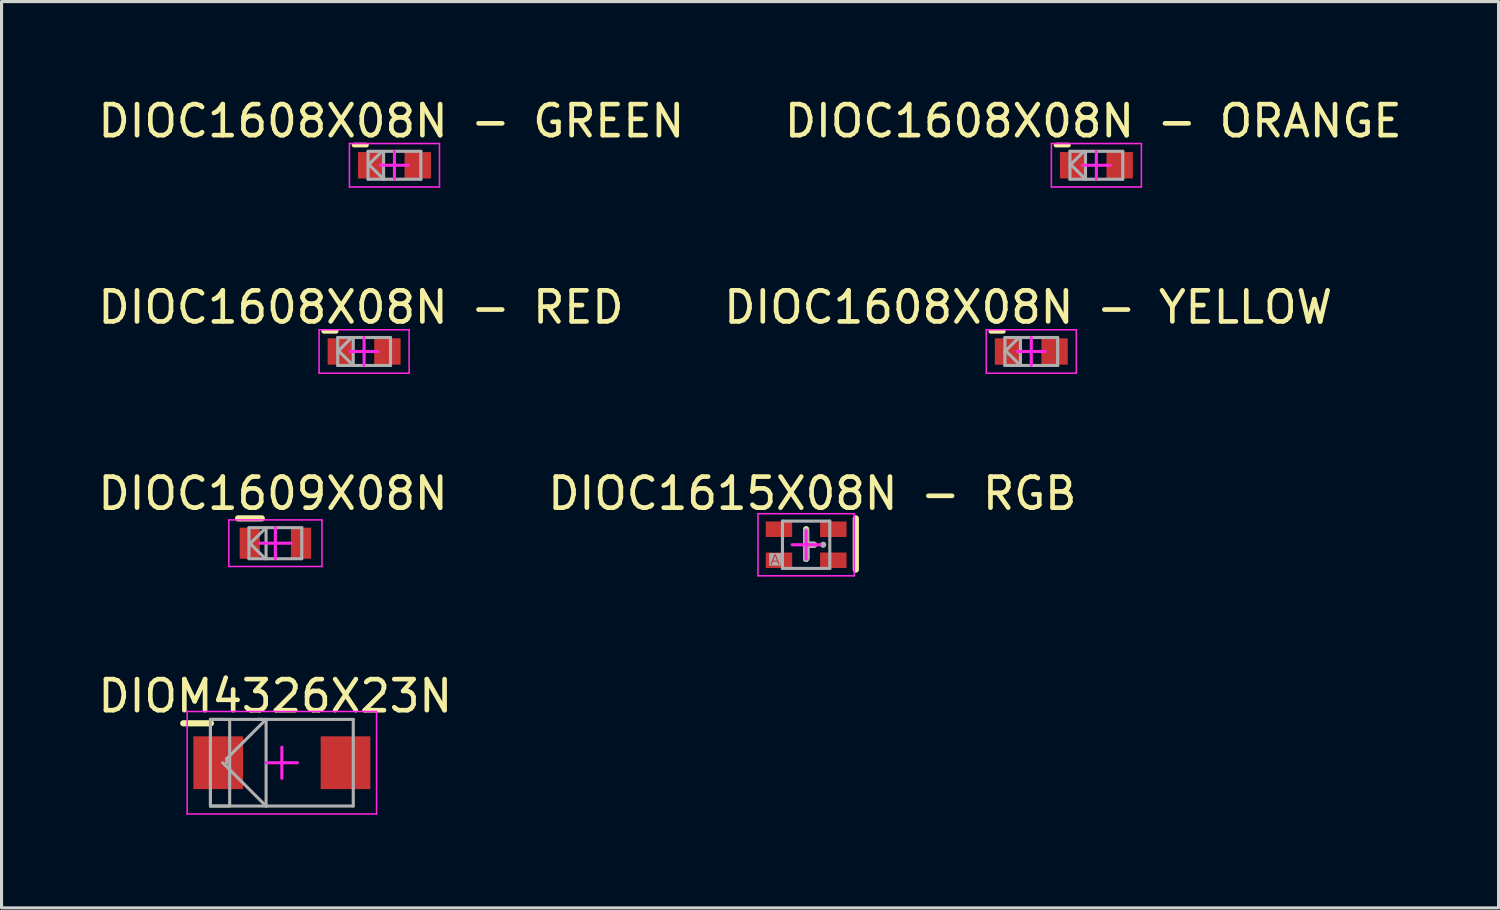
<source format=kicad_pcb>
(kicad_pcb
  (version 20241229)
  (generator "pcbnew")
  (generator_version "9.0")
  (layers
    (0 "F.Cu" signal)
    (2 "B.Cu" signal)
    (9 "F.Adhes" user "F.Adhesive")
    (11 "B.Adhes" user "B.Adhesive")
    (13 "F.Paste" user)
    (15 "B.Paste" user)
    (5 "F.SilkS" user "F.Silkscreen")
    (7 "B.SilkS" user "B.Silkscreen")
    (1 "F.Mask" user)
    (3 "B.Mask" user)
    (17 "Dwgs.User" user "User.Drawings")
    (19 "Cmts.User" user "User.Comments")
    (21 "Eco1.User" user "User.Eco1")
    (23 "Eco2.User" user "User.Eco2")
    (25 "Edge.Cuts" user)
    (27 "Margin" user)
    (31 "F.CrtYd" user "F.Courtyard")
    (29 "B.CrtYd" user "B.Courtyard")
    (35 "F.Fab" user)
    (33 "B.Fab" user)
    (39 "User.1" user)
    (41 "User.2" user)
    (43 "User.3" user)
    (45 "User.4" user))
  (footprint "DIOC1609X08N"
    (layer "F.Cu")
    (at 5.819 14.445)
    (property "Reference" "DIOC1609X08N" (at -0.075 -1.6 0) (layer "F.SilkS") (effects (font (size 1 1) (thickness 0.15))))
    (fp_line (start -1.2 -0.8) (end -0.438 -0.8) (stroke (width 0.2) (type solid)) (layer "F.SilkS"))
    (fp_line (start -1.5 -0.75) (end 1.5 -0.75) (stroke (width 0.05) (type solid)) (layer "F.CrtYd"))
    (fp_line (start -1.5 0.75) (end -1.5 -0.75) (stroke (width 0.05) (type solid)) (layer "F.CrtYd"))
    (fp_line (start -1.5 0.75) (end 1.5 0.75) (stroke (width 0.05) (type solid)) (layer "F.CrtYd"))
    (fp_line (start -0.5 0) (end 0.5 0) (stroke (width 0.1) (type solid)) (layer "F.CrtYd"))
    (fp_line (start 0 0.5) (end 0 -0.5) (stroke (width 0.1) (type solid)) (layer "F.CrtYd"))
    (fp_line (start 1.5 0.75) (end 1.5 -0.75) (stroke (width 0.05) (type solid)) (layer "F.CrtYd"))
    (fp_line (start -0.85 -0.5) (end 0.85 -0.5) (stroke (width 0.1) (type solid)) (layer "F.Fab"))
    (fp_line (start -0.85 0.5) (end -0.85 -0.5) (stroke (width 0.1) (type solid)) (layer "F.Fab"))
    (fp_line (start -0.85 0.5) (end 0.85 0.5) (stroke (width 0.1) (type solid)) (layer "F.Fab"))
    (fp_line (start -0.825 0) (end -0.325 0.5) (stroke (width 0.1) (type solid)) (layer "F.Fab"))
    (fp_line (start -0.8 0) (end -0.3 -0.5) (stroke (width 0.1) (type solid)) (layer "F.Fab"))
    (fp_line (start -0.3 0.5) (end -0.3 -0.5) (stroke (width 0.1) (type solid)) (layer "F.Fab"))
    (fp_line (start 0.85 0.5) (end 0.85 -0.5) (stroke (width 0.1) (type solid)) (layer "F.Fab"))
    (pad "A" smd rect (at 0.825 0 90) (size 1 0.65) (layers "F.Cu" "F.Mask" "F.Paste"))
    (pad "K" smd rect (at -0.825 0 90) (size 1 0.65) (layers "F.Cu" "F.Mask" "F.Paste")))
  (footprint "DIOC1615X08N - RGB"
    (layer "F.Cu")
    (at 22.913 14.495)
    (property "Reference" "DIOC1615X08N - RGB" (at 0.2 -1.65 0) (layer "F.SilkS") (effects (font (size 1 1) (thickness 0.15))))
    (fp_line (start 0 0) (end 0.25 0) (stroke (width 0.2) (type solid)) (layer "F.SilkS"))
    (fp_line (start 0 0.45) (end 0 -0.5) (stroke (width 0.2) (type solid)) (layer "F.SilkS"))
    (fp_line (start 0 0.45) (end 0 0) (stroke (width 0.2) (type solid)) (layer "F.SilkS"))
    (fp_line (start 1.6 0.8) (end 1.6 -0.85) (stroke (width 0.2) (type solid)) (layer "F.SilkS"))
    (fp_line (start -1.55 -1) (end 1.55 -1) (stroke (width 0.05) (type solid)) (layer "F.CrtYd"))
    (fp_line (start -1.55 1) (end -1.55 -1) (stroke (width 0.05) (type solid)) (layer "F.CrtYd"))
    (fp_line (start -1.55 1) (end 1.55 1) (stroke (width 0.05) (type solid)) (layer "F.CrtYd"))
    (fp_line (start -0.45 0) (end 0.45 0) (stroke (width 0.1) (type solid)) (layer "F.CrtYd"))
    (fp_line (start 0 0.45) (end 0 -0.45) (stroke (width 0.1) (type solid)) (layer "F.CrtYd"))
    (fp_line (start 1.55 1) (end 1.55 -1) (stroke (width 0.05) (type solid)) (layer "F.CrtYd"))
    (fp_line (start -0.762 -0.762) (end 0.762 -0.762) (stroke (width 0.1) (type solid)) (layer "F.Fab"))
    (fp_line (start -0.762 0.762) (end -0.762 -0.762) (stroke (width 0.1) (type solid)) (layer "F.Fab"))
    (fp_line (start -0.762 0.762) (end 0.762 0.762) (stroke (width 0.1) (type solid)) (layer "F.Fab"))
    (fp_line (start 0 0) (end 0.25 0) (stroke (width 0.2) (type solid)) (layer "F.Fab"))
    (fp_line (start 0 0.45) (end 0 -0.45) (stroke (width 0.2) (type solid)) (layer "F.Fab"))
    (fp_line (start 0 0.45) (end 0 0) (stroke (width 0.2) (type solid)) (layer "F.Fab"))
    (fp_line (start 0.762 0.762) (end 0.762 -0.762) (stroke (width 0.1) (type solid)) (layer "F.Fab"))
    (fp_circle (center 0.55 0) (end 0.55 -0.05) (stroke (width 0.1) (type solid)) (fill no) (layer "F.Fab"))
    (fp_text user "A" (at -1 0.5 0) (unlocked yes) (layer "F.Fab" knockout) (effects (font (face "Arial") (size 0.315 0.315) (thickness 0.254))))
    (pad "1" smd rect (at -0.875 -0.5 90) (size 0.5 0.85) (layers "F.Cu" "F.Mask" "F.Paste"))
    (pad "2" smd rect (at 0.875 -0.5 90) (size 0.5 0.85) (layers "F.Cu" "F.Mask" "F.Paste"))
    (pad "3" smd rect (at -0.875 0.5 90) (size 0.5 0.85) (layers "F.Cu" "F.Mask" "F.Paste"))
    (pad "4" smd rect (at 0.875 0.5 90) (size 0.5 0.85) (layers "F.Cu" "F.Mask" "F.Paste")))
  (footprint "DIOC1608X08N - YELLOW"
    (layer "F.Cu")
    (at 30.165 8.271)
    (property "Reference" "DIOC1608X08N - YELLOW" (at -0.1 -1.425 0) (layer "F.SilkS") (effects (font (size 1 1) (thickness 0.15))))
    (fp_line (start -1.3 -0.65) (end -0.9 -0.65) (stroke (width 0.15) (type solid)) (layer "F.SilkS"))
    (fp_line (start -1.45 -0.7) (end 1.45 -0.7) (stroke (width 0.05) (type solid)) (layer "F.CrtYd"))
    (fp_line (start -1.45 0.7) (end -1.45 -0.7) (stroke (width 0.05) (type solid)) (layer "F.CrtYd"))
    (fp_line (start -1.45 0.7) (end 1.45 0.7) (stroke (width 0.05) (type solid)) (layer "F.CrtYd"))
    (fp_line (start -0.45 0) (end 0.45 0) (stroke (width 0.1) (type solid)) (layer "F.CrtYd"))
    (fp_line (start 0 0.45) (end 0 -0.45) (stroke (width 0.1) (type solid)) (layer "F.CrtYd"))
    (fp_line (start 1.45 0.7) (end 1.45 -0.7) (stroke (width 0.05) (type solid)) (layer "F.CrtYd"))
    (fp_line (start -0.85 -0.45) (end 0.85 -0.45) (stroke (width 0.1) (type solid)) (layer "F.Fab"))
    (fp_line (start -0.85 0) (end -0.4 -0.45) (stroke (width 0.1) (type solid)) (layer "F.Fab"))
    (fp_line (start -0.85 0.45) (end -0.85 -0.45) (stroke (width 0.1) (type solid)) (layer "F.Fab"))
    (fp_line (start -0.85 0.45) (end 0.85 0.45) (stroke (width 0.1) (type solid)) (layer "F.Fab"))
    (fp_line (start -0.8 0) (end -0.35 0.45) (stroke (width 0.1) (type solid)) (layer "F.Fab"))
    (fp_line (start -0.35 0.45) (end -0.35 -0.4) (stroke (width 0.1) (type solid)) (layer "F.Fab"))
    (fp_line (start 0.85 0.45) (end 0.85 -0.45) (stroke (width 0.1) (type solid)) (layer "F.Fab"))
    (pad "A" smd rect (at 0.75 0 90) (size 0.85 0.85) (layers "F.Cu" "F.Mask" "F.Paste"))
    (pad "K" smd rect (at -0.75 0 90) (size 0.85 0.85) (layers "F.Cu" "F.Mask" "F.Paste")))
  (footprint "DIOM4326X23N"
    (layer "F.Cu")
    (at 6.028 21.515)
    (property "Reference" "DIOM4326X23N" (at -0.212 -2.147 0) (layer "F.SilkS") (effects (font (size 1 1) (thickness 0.15))))
    (fp_line (start -3.175 -1.27) (end -2.286 -1.27) (stroke (width 0.2) (type solid)) (layer "F.SilkS"))
    (fp_line (start -3.05 -1.65) (end 3.05 -1.65) (stroke (width 0.05) (type solid)) (layer "F.CrtYd"))
    (fp_line (start -3.05 1.65) (end -3.05 -1.65) (stroke (width 0.05) (type solid)) (layer "F.CrtYd"))
    (fp_line (start -3.05 1.65) (end 3.05 1.65) (stroke (width 0.05) (type solid)) (layer "F.CrtYd"))
    (fp_line (start -0.5 0) (end 0.5 0) (stroke (width 0.1) (type solid)) (layer "F.CrtYd"))
    (fp_line (start 0 0.5) (end 0 -0.5) (stroke (width 0.1) (type solid)) (layer "F.CrtYd"))
    (fp_line (start 3.05 1.65) (end 3.05 -1.65) (stroke (width 0.05) (type solid)) (layer "F.CrtYd"))
    (fp_line (start -2.3 -1.395) (end 2.3 -1.395) (stroke (width 0.1) (type solid)) (layer "F.Fab"))
    (fp_line (start -2.3 1.395) (end -2.3 -1.395) (stroke (width 0.1) (type solid)) (layer "F.Fab"))
    (fp_line (start -2.3 1.395) (end 2.3 1.395) (stroke (width 0.1) (type solid)) (layer "F.Fab"))
    (fp_line (start -1.905 0) (end -0.508 1.397) (stroke (width 0.1) (type solid)) (layer "F.Fab"))
    (fp_line (start -1.778 -0.127) (end -0.508 -1.397) (stroke (width 0.1) (type solid)) (layer "F.Fab"))
    (fp_line (start -1.778 0) (end -1.778 -0.127) (stroke (width 0.1) (type solid)) (layer "F.Fab"))
    (fp_line (start -0.764 -1.395) (end -0.762 -1.393) (stroke (width 0.1) (type solid)) (layer "F.Fab"))
    (fp_line (start -0.762 -1.397) (end -0.635 -1.397) (stroke (width 0.1) (type solid)) (layer "F.Fab"))
    (fp_line (start -0.508 1.397) (end -0.508 -1.397) (stroke (width 0.1) (type solid)) (layer "F.Fab"))
    (fp_line (start 2.3 1.395) (end 2.3 -1.395) (stroke (width 0.1) (type solid)) (layer "F.Fab"))
    (fp_rect (start -2.3 1.395) (end -1.681 -1.395) (stroke (width 0.1) (type default)) (fill no) (layer "F.Fab"))
    (pad "A" smd rect (at 2.05 0 90) (size 1.7 1.6) (layers "F.Cu" "F.Mask" "F.Paste"))
    (pad "K" smd rect (at -2.05 0 90) (size 1.7 1.6) (layers "F.Cu" "F.Mask" "F.Paste")))
  (footprint "DIOC1608X08N - GREEN"
    (layer "F.Cu")
    (at 9.654 2.273)
    (property "Reference" "DIOC1608X08N - GREEN" (at -0.1 -1.425 0) (layer "F.SilkS") (effects (font (size 1 1) (thickness 0.15))))
    (fp_line (start -1.3 -0.65) (end -0.9 -0.65) (stroke (width 0.15) (type solid)) (layer "F.SilkS"))
    (fp_line (start -1.45 -0.7) (end 1.45 -0.7) (stroke (width 0.05) (type solid)) (layer "F.CrtYd"))
    (fp_line (start -1.45 0.7) (end -1.45 -0.7) (stroke (width 0.05) (type solid)) (layer "F.CrtYd"))
    (fp_line (start -1.45 0.7) (end 1.45 0.7) (stroke (width 0.05) (type solid)) (layer "F.CrtYd"))
    (fp_line (start -0.45 0) (end 0.45 0) (stroke (width 0.1) (type solid)) (layer "F.CrtYd"))
    (fp_line (start 0 0.45) (end 0 -0.45) (stroke (width 0.1) (type solid)) (layer "F.CrtYd"))
    (fp_line (start 1.45 0.7) (end 1.45 -0.7) (stroke (width 0.05) (type solid)) (layer "F.CrtYd"))
    (fp_line (start -0.85 -0.45) (end 0.85 -0.45) (stroke (width 0.1) (type solid)) (layer "F.Fab"))
    (fp_line (start -0.85 0) (end -0.4 -0.45) (stroke (width 0.1) (type solid)) (layer "F.Fab"))
    (fp_line (start -0.85 0.45) (end -0.85 -0.45) (stroke (width 0.1) (type solid)) (layer "F.Fab"))
    (fp_line (start -0.85 0.45) (end 0.85 0.45) (stroke (width 0.1) (type solid)) (layer "F.Fab"))
    (fp_line (start -0.8 0) (end -0.35 0.45) (stroke (width 0.1) (type solid)) (layer "F.Fab"))
    (fp_line (start -0.35 0.45) (end -0.35 -0.4) (stroke (width 0.1) (type solid)) (layer "F.Fab"))
    (fp_line (start 0.85 0.45) (end 0.85 -0.45) (stroke (width 0.1) (type solid)) (layer "F.Fab"))
    (pad "A" smd rect (at 0.75 0 90) (size 0.85 0.85) (layers "F.Cu" "F.Mask" "F.Paste"))
    (pad "K" smd rect (at -0.75 0 90) (size 0.85 0.85) (layers "F.Cu" "F.Mask" "F.Paste")))
  (footprint "DIOC1608X08N - ORANGE"
    (layer "F.Cu")
    (at 32.261 2.273)
    (property "Reference" "DIOC1608X08N - ORANGE" (at -0.1 -1.425 0) (layer "F.SilkS") (effects (font (size 1 1) (thickness 0.15))))
    (fp_line (start -1.3 -0.65) (end -0.9 -0.65) (stroke (width 0.15) (type solid)) (layer "F.SilkS"))
    (fp_line (start -1.45 -0.7) (end 1.45 -0.7) (stroke (width 0.05) (type solid)) (layer "F.CrtYd"))
    (fp_line (start -1.45 0.7) (end -1.45 -0.7) (stroke (width 0.05) (type solid)) (layer "F.CrtYd"))
    (fp_line (start -1.45 0.7) (end 1.45 0.7) (stroke (width 0.05) (type solid)) (layer "F.CrtYd"))
    (fp_line (start -0.45 0) (end 0.45 0) (stroke (width 0.1) (type solid)) (layer "F.CrtYd"))
    (fp_line (start 0 0.45) (end 0 -0.45) (stroke (width 0.1) (type solid)) (layer "F.CrtYd"))
    (fp_line (start 1.45 0.7) (end 1.45 -0.7) (stroke (width 0.05) (type solid)) (layer "F.CrtYd"))
    (fp_line (start -0.85 -0.45) (end 0.85 -0.45) (stroke (width 0.1) (type solid)) (layer "F.Fab"))
    (fp_line (start -0.85 0) (end -0.4 -0.45) (stroke (width 0.1) (type solid)) (layer "F.Fab"))
    (fp_line (start -0.85 0.45) (end -0.85 -0.45) (stroke (width 0.1) (type solid)) (layer "F.Fab"))
    (fp_line (start -0.85 0.45) (end 0.85 0.45) (stroke (width 0.1) (type solid)) (layer "F.Fab"))
    (fp_line (start -0.8 0) (end -0.35 0.45) (stroke (width 0.1) (type solid)) (layer "F.Fab"))
    (fp_line (start -0.35 0.45) (end -0.35 -0.4) (stroke (width 0.1) (type solid)) (layer "F.Fab"))
    (fp_line (start 0.85 0.45) (end 0.85 -0.45) (stroke (width 0.1) (type solid)) (layer "F.Fab"))
    (pad "A" smd rect (at 0.75 0 90) (size 0.85 0.85) (layers "F.Cu" "F.Mask" "F.Paste"))
    (pad "K" smd rect (at -0.75 0 90) (size 0.85 0.85) (layers "F.Cu" "F.Mask" "F.Paste")))
  (footprint "DIOC1608X08N - RED"
    (layer "F.Cu")
    (at 8.677 8.271)
    (property "Reference" "DIOC1608X08N - RED" (at -0.1 -1.425 0) (layer "F.SilkS") (effects (font (size 1 1) (thickness 0.15))))
    (fp_line (start -1.3 -0.65) (end -0.9 -0.65) (stroke (width 0.15) (type solid)) (layer "F.SilkS"))
    (fp_line (start -1.45 -0.7) (end 1.45 -0.7) (stroke (width 0.05) (type solid)) (layer "F.CrtYd"))
    (fp_line (start -1.45 0.7) (end -1.45 -0.7) (stroke (width 0.05) (type solid)) (layer "F.CrtYd"))
    (fp_line (start -1.45 0.7) (end 1.45 0.7) (stroke (width 0.05) (type solid)) (layer "F.CrtYd"))
    (fp_line (start -0.45 0) (end 0.45 0) (stroke (width 0.1) (type solid)) (layer "F.CrtYd"))
    (fp_line (start 0 0.45) (end 0 -0.45) (stroke (width 0.1) (type solid)) (layer "F.CrtYd"))
    (fp_line (start 1.45 0.7) (end 1.45 -0.7) (stroke (width 0.05) (type solid)) (layer "F.CrtYd"))
    (fp_line (start -0.85 -0.45) (end 0.85 -0.45) (stroke (width 0.1) (type solid)) (layer "F.Fab"))
    (fp_line (start -0.85 0) (end -0.4 -0.45) (stroke (width 0.1) (type solid)) (layer "F.Fab"))
    (fp_line (start -0.85 0.45) (end -0.85 -0.45) (stroke (width 0.1) (type solid)) (layer "F.Fab"))
    (fp_line (start -0.85 0.45) (end 0.85 0.45) (stroke (width 0.1) (type solid)) (layer "F.Fab"))
    (fp_line (start -0.8 0) (end -0.35 0.45) (stroke (width 0.1) (type solid)) (layer "F.Fab"))
    (fp_line (start -0.35 0.45) (end -0.35 -0.4) (stroke (width 0.1) (type solid)) (layer "F.Fab"))
    (fp_line (start 0.85 0.45) (end 0.85 -0.45) (stroke (width 0.1) (type solid)) (layer "F.Fab"))
    (pad "A" smd rect (at 0.75 0 90) (size 0.85 0.85) (layers "F.Cu" "F.Mask" "F.Paste"))
    (pad "K" smd rect (at -0.75 0 90) (size 0.85 0.85) (layers "F.Cu" "F.Mask" "F.Paste")))
  (gr_rect
    (start -3 -3)
    (end 45.214 26.19)
    (stroke (width 0.1) (type default))
    (fill no)
    (layer "Edge.Cuts")))
</source>
